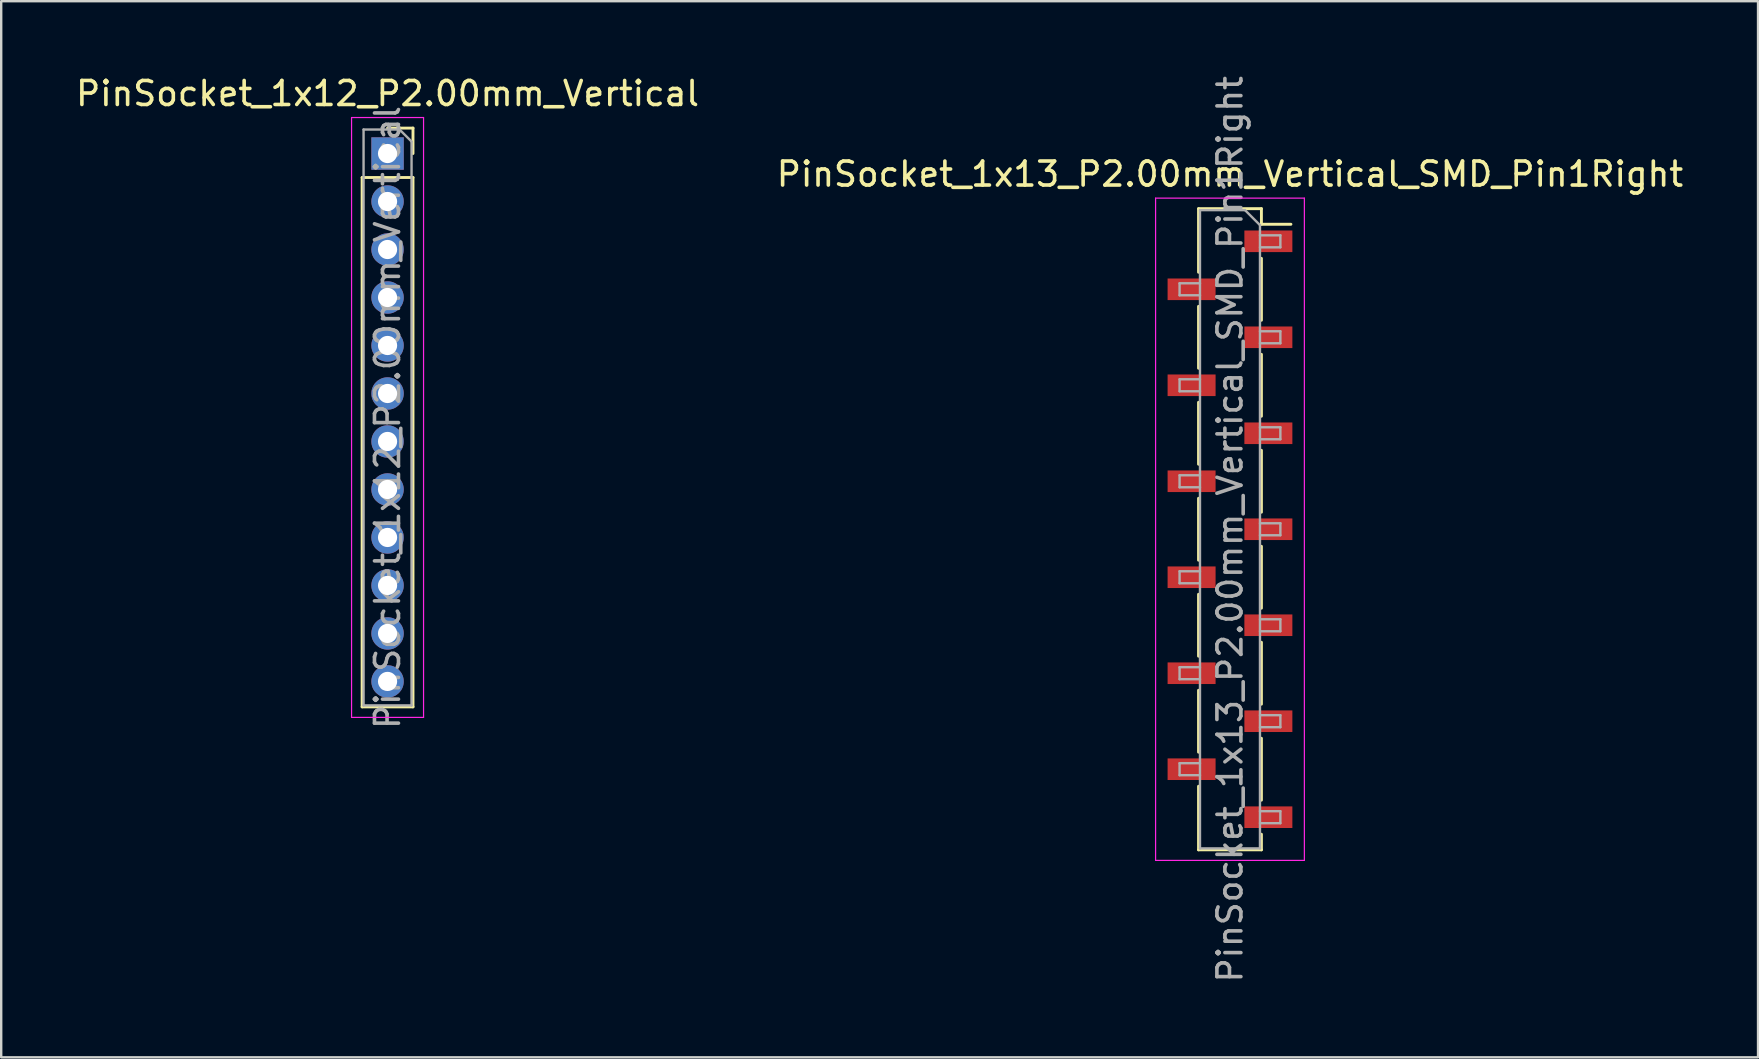
<source format=kicad_pcb>
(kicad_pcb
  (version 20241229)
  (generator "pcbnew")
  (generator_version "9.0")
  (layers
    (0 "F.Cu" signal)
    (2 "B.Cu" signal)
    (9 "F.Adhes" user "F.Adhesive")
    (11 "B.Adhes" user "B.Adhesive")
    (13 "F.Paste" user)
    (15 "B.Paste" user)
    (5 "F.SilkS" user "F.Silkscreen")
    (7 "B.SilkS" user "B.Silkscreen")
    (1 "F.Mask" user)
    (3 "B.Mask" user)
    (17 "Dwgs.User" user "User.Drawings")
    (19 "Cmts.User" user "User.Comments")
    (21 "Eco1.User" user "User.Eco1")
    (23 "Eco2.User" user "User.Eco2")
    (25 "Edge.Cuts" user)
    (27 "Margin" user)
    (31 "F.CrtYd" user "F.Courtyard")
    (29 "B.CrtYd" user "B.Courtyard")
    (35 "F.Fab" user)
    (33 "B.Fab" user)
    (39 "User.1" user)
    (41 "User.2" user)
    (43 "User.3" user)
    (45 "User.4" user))
  (footprint "PinSocket_1x13_P2.00mm_Vertical_SMD_Pin1Right"
    (layer "F.Cu")
    (at 48.208 19.006)
    (property "Reference" "PinSocket_1x13_P2.00mm_Vertical_SMD_Pin1Right" (at 0 -14.8 0) (layer "F.SilkS") (effects (font (size 1 1) (thickness 0.15))))
    (attr smd)
    (fp_line (start -1.31 -13.36) (end -1.31 -10.71) (stroke (width 0.12) (type solid)) (layer "F.SilkS"))
    (fp_line (start -1.31 -13.36) (end 1.31 -13.36) (stroke (width 0.12) (type solid)) (layer "F.SilkS"))
    (fp_line (start -1.31 -9.29) (end -1.31 -6.71) (stroke (width 0.12) (type solid)) (layer "F.SilkS"))
    (fp_line (start -1.31 -5.29) (end -1.31 -2.71) (stroke (width 0.12) (type solid)) (layer "F.SilkS"))
    (fp_line (start -1.31 -1.29) (end -1.31 1.29) (stroke (width 0.12) (type solid)) (layer "F.SilkS"))
    (fp_line (start -1.31 2.71) (end -1.31 5.29) (stroke (width 0.12) (type solid)) (layer "F.SilkS"))
    (fp_line (start -1.31 6.71) (end -1.31 9.29) (stroke (width 0.12) (type solid)) (layer "F.SilkS"))
    (fp_line (start -1.31 10.71) (end -1.31 13.36) (stroke (width 0.12) (type solid)) (layer "F.SilkS"))
    (fp_line (start -1.31 13.36) (end 1.31 13.36) (stroke (width 0.12) (type solid)) (layer "F.SilkS"))
    (fp_line (start 1.31 -13.36) (end 1.31 -12.71) (stroke (width 0.12) (type solid)) (layer "F.SilkS"))
    (fp_line (start 1.31 -12.71) (end 2.54 -12.71) (stroke (width 0.12) (type solid)) (layer "F.SilkS"))
    (fp_line (start 1.31 -11.29) (end 1.31 -8.71) (stroke (width 0.12) (type solid)) (layer "F.SilkS"))
    (fp_line (start 1.31 -7.29) (end 1.31 -4.71) (stroke (width 0.12) (type solid)) (layer "F.SilkS"))
    (fp_line (start 1.31 -3.29) (end 1.31 -0.71) (stroke (width 0.12) (type solid)) (layer "F.SilkS"))
    (fp_line (start 1.31 0.71) (end 1.31 3.29) (stroke (width 0.12) (type solid)) (layer "F.SilkS"))
    (fp_line (start 1.31 4.71) (end 1.31 7.29) (stroke (width 0.12) (type solid)) (layer "F.SilkS"))
    (fp_line (start 1.31 8.71) (end 1.31 11.29) (stroke (width 0.12) (type solid)) (layer "F.SilkS"))
    (fp_line (start 1.31 12.71) (end 1.31 13.36) (stroke (width 0.12) (type solid)) (layer "F.SilkS"))
    (fp_line (start -3.1 -13.8) (end 3.1 -13.8) (stroke (width 0.05) (type solid)) (layer "F.CrtYd"))
    (fp_line (start -3.1 13.8) (end -3.1 -13.8) (stroke (width 0.05) (type solid)) (layer "F.CrtYd"))
    (fp_line (start 3.1 -13.8) (end 3.1 13.8) (stroke (width 0.05) (type solid)) (layer "F.CrtYd"))
    (fp_line (start 3.1 13.8) (end -3.1 13.8) (stroke (width 0.05) (type solid)) (layer "F.CrtYd"))
    (fp_line (start -2.1 -10.25) (end -1.25 -10.25) (stroke (width 0.1) (type solid)) (layer "F.Fab"))
    (fp_line (start -2.1 -9.75) (end -2.1 -10.25) (stroke (width 0.1) (type solid)) (layer "F.Fab"))
    (fp_line (start -2.1 -6.25) (end -1.25 -6.25) (stroke (width 0.1) (type solid)) (layer "F.Fab"))
    (fp_line (start -2.1 -5.75) (end -2.1 -6.25) (stroke (width 0.1) (type solid)) (layer "F.Fab"))
    (fp_line (start -2.1 -2.25) (end -1.25 -2.25) (stroke (width 0.1) (type solid)) (layer "F.Fab"))
    (fp_line (start -2.1 -1.75) (end -2.1 -2.25) (stroke (width 0.1) (type solid)) (layer "F.Fab"))
    (fp_line (start -2.1 1.75) (end -1.25 1.75) (stroke (width 0.1) (type solid)) (layer "F.Fab"))
    (fp_line (start -2.1 2.25) (end -2.1 1.75) (stroke (width 0.1) (type solid)) (layer "F.Fab"))
    (fp_line (start -2.1 5.75) (end -1.25 5.75) (stroke (width 0.1) (type solid)) (layer "F.Fab"))
    (fp_line (start -2.1 6.25) (end -2.1 5.75) (stroke (width 0.1) (type solid)) (layer "F.Fab"))
    (fp_line (start -2.1 9.75) (end -1.25 9.75) (stroke (width 0.1) (type solid)) (layer "F.Fab"))
    (fp_line (start -2.1 10.25) (end -2.1 9.75) (stroke (width 0.1) (type solid)) (layer "F.Fab"))
    (fp_line (start -1.25 -13.3) (end 0.625 -13.3) (stroke (width 0.1) (type solid)) (layer "F.Fab"))
    (fp_line (start -1.25 -9.75) (end -2.1 -9.75) (stroke (width 0.1) (type solid)) (layer "F.Fab"))
    (fp_line (start -1.25 -5.75) (end -2.1 -5.75) (stroke (width 0.1) (type solid)) (layer "F.Fab"))
    (fp_line (start -1.25 -1.75) (end -2.1 -1.75) (stroke (width 0.1) (type solid)) (layer "F.Fab"))
    (fp_line (start -1.25 2.25) (end -2.1 2.25) (stroke (width 0.1) (type solid)) (layer "F.Fab"))
    (fp_line (start -1.25 6.25) (end -2.1 6.25) (stroke (width 0.1) (type solid)) (layer "F.Fab"))
    (fp_line (start -1.25 10.25) (end -2.1 10.25) (stroke (width 0.1) (type solid)) (layer "F.Fab"))
    (fp_line (start -1.25 13.3) (end -1.25 -13.3) (stroke (width 0.1) (type solid)) (layer "F.Fab"))
    (fp_line (start 0.625 -13.3) (end 1.25 -12.675) (stroke (width 0.1) (type solid)) (layer "F.Fab"))
    (fp_line (start 1.25 -12.675) (end 1.25 13.3) (stroke (width 0.1) (type solid)) (layer "F.Fab"))
    (fp_line (start 1.25 -12.25) (end 2.1 -12.25) (stroke (width 0.1) (type solid)) (layer "F.Fab"))
    (fp_line (start 1.25 -8.25) (end 2.1 -8.25) (stroke (width 0.1) (type solid)) (layer "F.Fab"))
    (fp_line (start 1.25 -4.25) (end 2.1 -4.25) (stroke (width 0.1) (type solid)) (layer "F.Fab"))
    (fp_line (start 1.25 -0.25) (end 2.1 -0.25) (stroke (width 0.1) (type solid)) (layer "F.Fab"))
    (fp_line (start 1.25 3.75) (end 2.1 3.75) (stroke (width 0.1) (type solid)) (layer "F.Fab"))
    (fp_line (start 1.25 7.75) (end 2.1 7.75) (stroke (width 0.1) (type solid)) (layer "F.Fab"))
    (fp_line (start 1.25 11.75) (end 2.1 11.75) (stroke (width 0.1) (type solid)) (layer "F.Fab"))
    (fp_line (start 1.25 13.3) (end -1.25 13.3) (stroke (width 0.1) (type solid)) (layer "F.Fab"))
    (fp_line (start 2.1 -12.25) (end 2.1 -11.75) (stroke (width 0.1) (type solid)) (layer "F.Fab"))
    (fp_line (start 2.1 -11.75) (end 1.25 -11.75) (stroke (width 0.1) (type solid)) (layer "F.Fab"))
    (fp_line (start 2.1 -8.25) (end 2.1 -7.75) (stroke (width 0.1) (type solid)) (layer "F.Fab"))
    (fp_line (start 2.1 -7.75) (end 1.25 -7.75) (stroke (width 0.1) (type solid)) (layer "F.Fab"))
    (fp_line (start 2.1 -4.25) (end 2.1 -3.75) (stroke (width 0.1) (type solid)) (layer "F.Fab"))
    (fp_line (start 2.1 -3.75) (end 1.25 -3.75) (stroke (width 0.1) (type solid)) (layer "F.Fab"))
    (fp_line (start 2.1 -0.25) (end 2.1 0.25) (stroke (width 0.1) (type solid)) (layer "F.Fab"))
    (fp_line (start 2.1 0.25) (end 1.25 0.25) (stroke (width 0.1) (type solid)) (layer "F.Fab"))
    (fp_line (start 2.1 3.75) (end 2.1 4.25) (stroke (width 0.1) (type solid)) (layer "F.Fab"))
    (fp_line (start 2.1 4.25) (end 1.25 4.25) (stroke (width 0.1) (type solid)) (layer "F.Fab"))
    (fp_line (start 2.1 7.75) (end 2.1 8.25) (stroke (width 0.1) (type solid)) (layer "F.Fab"))
    (fp_line (start 2.1 8.25) (end 1.25 8.25) (stroke (width 0.1) (type solid)) (layer "F.Fab"))
    (fp_line (start 2.1 11.75) (end 2.1 12.25) (stroke (width 0.1) (type solid)) (layer "F.Fab"))
    (fp_line (start 2.1 12.25) (end 1.25 12.25) (stroke (width 0.1) (type solid)) (layer "F.Fab"))
    (fp_text user "${REFERENCE}" (at 0 0 90) (layer "F.Fab") (effects (font (size 1 1) (thickness 0.15))))
    (pad "1" smd rect (at 1.6 -12) (size 2 0.9) (layers "F.Cu" "F.Mask" "F.Paste"))
    (pad "2" smd rect (at -1.6 -10) (size 2 0.9) (layers "F.Cu" "F.Mask" "F.Paste"))
    (pad "3" smd rect (at 1.6 -8) (size 2 0.9) (layers "F.Cu" "F.Mask" "F.Paste"))
    (pad "4" smd rect (at -1.6 -6) (size 2 0.9) (layers "F.Cu" "F.Mask" "F.Paste"))
    (pad "5" smd rect (at 1.6 -4) (size 2 0.9) (layers "F.Cu" "F.Mask" "F.Paste"))
    (pad "6" smd rect (at -1.6 -2) (size 2 0.9) (layers "F.Cu" "F.Mask" "F.Paste"))
    (pad "7" smd rect (at 1.6 0) (size 2 0.9) (layers "F.Cu" "F.Mask" "F.Paste"))
    (pad "8" smd rect (at -1.6 2) (size 2 0.9) (layers "F.Cu" "F.Mask" "F.Paste"))
    (pad "9" smd rect (at 1.6 4) (size 2 0.9) (layers "F.Cu" "F.Mask" "F.Paste"))
    (pad "10" smd rect (at -1.6 6) (size 2 0.9) (layers "F.Cu" "F.Mask" "F.Paste"))
    (pad "11" smd rect (at 1.6 8) (size 2 0.9) (layers "F.Cu" "F.Mask" "F.Paste"))
    (pad "12" smd rect (at -1.6 10) (size 2 0.9) (layers "F.Cu" "F.Mask" "F.Paste"))
    (pad "13" smd rect (at 1.6 12) (size 2 0.9) (layers "F.Cu" "F.Mask" "F.Paste")))
  (footprint "PinSocket_1x12_P2.00mm_Vertical"
    (layer "F.Cu")
    (at 13.101 3.348)
    (property "Reference" "PinSocket_1x12_P2.00mm_Vertical" (at 0 -2.5 0) (layer "F.SilkS") (effects (font (size 1 1) (thickness 0.15))))
    (attr through_hole)
    (fp_line (start -1.06 1) (end -1.06 23.06) (stroke (width 0.12) (type solid)) (layer "F.SilkS"))
    (fp_line (start -1.06 1) (end 1.06 1) (stroke (width 0.12) (type solid)) (layer "F.SilkS"))
    (fp_line (start -1.06 23.06) (end 1.06 23.06) (stroke (width 0.12) (type solid)) (layer "F.SilkS"))
    (fp_line (start 0 -1.06) (end 1.06 -1.06) (stroke (width 0.12) (type solid)) (layer "F.SilkS"))
    (fp_line (start 1.06 -1.06) (end 1.06 0) (stroke (width 0.12) (type solid)) (layer "F.SilkS"))
    (fp_line (start 1.06 1) (end 1.06 23.06) (stroke (width 0.12) (type solid)) (layer "F.SilkS"))
    (fp_line (start -1.5 -1.5) (end 1.5 -1.5) (stroke (width 0.05) (type solid)) (layer "F.CrtYd"))
    (fp_line (start -1.5 23.5) (end -1.5 -1.5) (stroke (width 0.05) (type solid)) (layer "F.CrtYd"))
    (fp_line (start 1.5 -1.5) (end 1.5 23.5) (stroke (width 0.05) (type solid)) (layer "F.CrtYd"))
    (fp_line (start 1.5 23.5) (end -1.5 23.5) (stroke (width 0.05) (type solid)) (layer "F.CrtYd"))
    (fp_line (start -1 -1) (end 0.5 -1) (stroke (width 0.1) (type solid)) (layer "F.Fab"))
    (fp_line (start -1 23) (end -1 -1) (stroke (width 0.1) (type solid)) (layer "F.Fab"))
    (fp_line (start 0.5 -1) (end 1 -0.5) (stroke (width 0.1) (type solid)) (layer "F.Fab"))
    (fp_line (start 1 -0.5) (end 1 23) (stroke (width 0.1) (type solid)) (layer "F.Fab"))
    (fp_line (start 1 23) (end -1 23) (stroke (width 0.1) (type solid)) (layer "F.Fab"))
    (fp_text user "${REFERENCE}" (at 0 11 90) (layer "F.Fab") (effects (font (size 1 1) (thickness 0.15))))
    (pad "1" thru_hole rect (at 0 0) (size 1.35 1.35) (drill 0.8) (layers "*.Cu" "*.Mask"))
    (pad "2" thru_hole circle (at 0 2) (size 1.35 1.35) (drill 0.8) (layers "*.Cu" "*.Mask"))
    (pad "3" thru_hole circle (at 0 4) (size 1.35 1.35) (drill 0.8) (layers "*.Cu" "*.Mask"))
    (pad "4" thru_hole circle (at 0 6) (size 1.35 1.35) (drill 0.8) (layers "*.Cu" "*.Mask"))
    (pad "5" thru_hole circle (at 0 8) (size 1.35 1.35) (drill 0.8) (layers "*.Cu" "*.Mask"))
    (pad "6" thru_hole circle (at 0 10) (size 1.35 1.35) (drill 0.8) (layers "*.Cu" "*.Mask"))
    (pad "7" thru_hole circle (at 0 12) (size 1.35 1.35) (drill 0.8) (layers "*.Cu" "*.Mask"))
    (pad "8" thru_hole circle (at 0 14) (size 1.35 1.35) (drill 0.8) (layers "*.Cu" "*.Mask"))
    (pad "9" thru_hole circle (at 0 16) (size 1.35 1.35) (drill 0.8) (layers "*.Cu" "*.Mask"))
    (pad "10" thru_hole circle (at 0 18) (size 1.35 1.35) (drill 0.8) (layers "*.Cu" "*.Mask"))
    (pad "11" thru_hole circle (at 0 20) (size 1.35 1.35) (drill 0.8) (layers "*.Cu" "*.Mask"))
    (pad "12" thru_hole circle (at 0 22) (size 1.35 1.35) (drill 0.8) (layers "*.Cu" "*.Mask")))
  (gr_rect
    (start -3 -3)
    (end 70.214 41.012)
    (stroke (width 0.1) (type default))
    (fill no)
    (layer "Edge.Cuts")))
</source>
